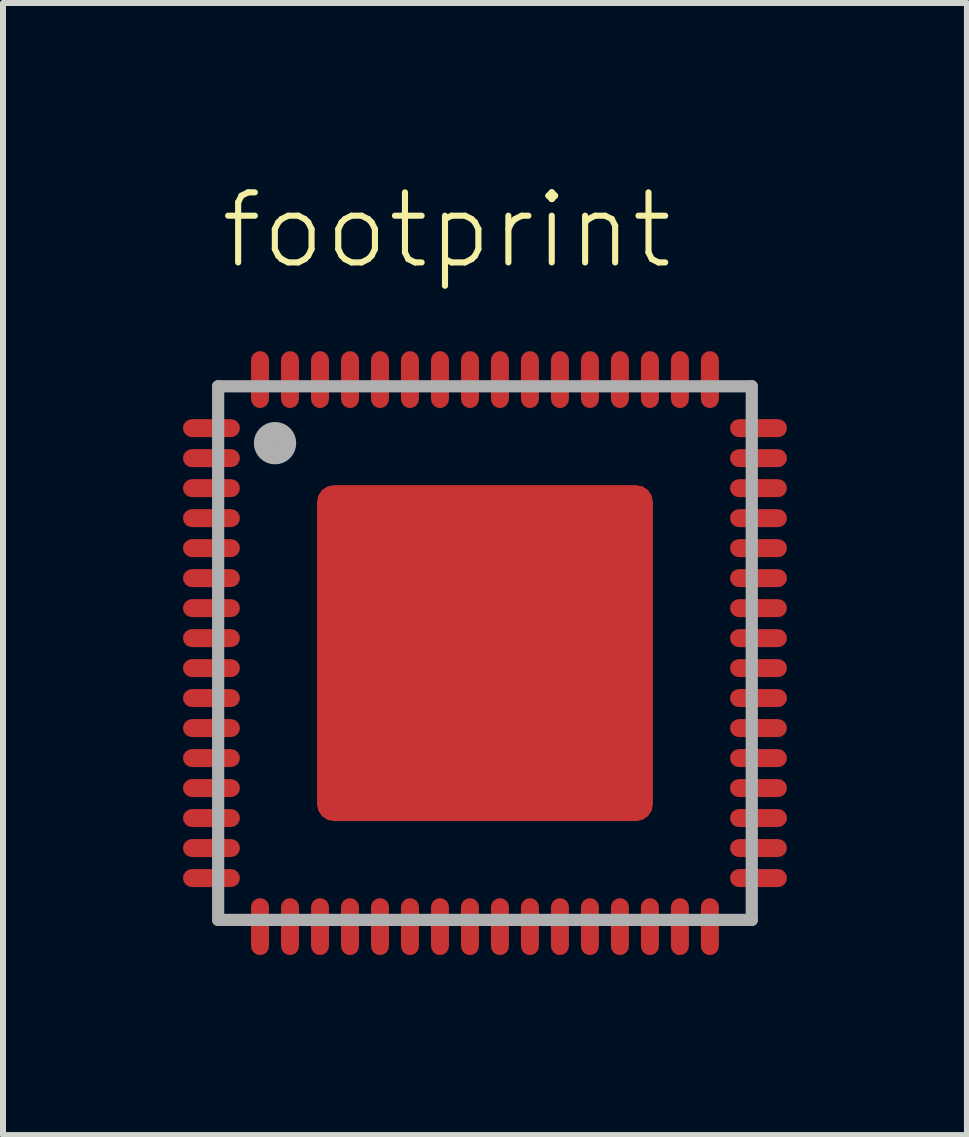
<source format=kicad_pcb>
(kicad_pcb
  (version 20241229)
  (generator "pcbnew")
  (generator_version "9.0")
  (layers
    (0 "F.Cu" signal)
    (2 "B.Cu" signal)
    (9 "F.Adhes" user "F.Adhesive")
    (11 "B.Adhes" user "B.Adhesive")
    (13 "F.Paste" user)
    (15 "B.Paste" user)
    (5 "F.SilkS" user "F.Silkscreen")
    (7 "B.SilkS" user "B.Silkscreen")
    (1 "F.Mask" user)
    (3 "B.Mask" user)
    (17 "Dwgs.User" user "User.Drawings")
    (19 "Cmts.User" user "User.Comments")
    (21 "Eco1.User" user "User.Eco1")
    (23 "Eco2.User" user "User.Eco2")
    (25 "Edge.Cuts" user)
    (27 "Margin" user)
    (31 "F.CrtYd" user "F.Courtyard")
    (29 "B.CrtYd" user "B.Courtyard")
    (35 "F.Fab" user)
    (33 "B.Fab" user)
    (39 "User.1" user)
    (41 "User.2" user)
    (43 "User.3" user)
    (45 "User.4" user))
  (footprint "footprint"
    (layer "F.Cu")
    (at 5.035 7.838)
    (property "Reference" "footprint" (at -4.46 -6.365 0) (layer "F.SilkS") (effects (font (size 1.168 1.168) (thickness 0.102)) (justify left bottom)))
    (fp_line (start -4.448 -4.448) (end -4.448 4.448) (stroke (width 0.203) (type solid)) (layer "F.Fab"))
    (fp_line (start -4.448 4.448) (end 4.448 4.448) (stroke (width 0.203) (type solid)) (layer "F.Fab"))
    (fp_line (start 4.448 -4.448) (end -4.448 -4.448) (stroke (width 0.203) (type solid)) (layer "F.Fab"))
    (fp_line (start 4.448 4.448) (end 4.448 -4.448) (stroke (width 0.203) (type solid)) (layer "F.Fab"))
    (fp_circle (center -3.5 -3.5) (end -3.323 -3.5) (stroke (width 0.353) (type solid)) (fill no) (layer "F.Fab"))
    (pad "1" smd roundrect (at -4.56 -3.75) (size 0.95 0.3) (layers "F.Cu" "F.Mask" "F.Paste") (roundrect_rratio 0.5))
    (pad "2" smd roundrect (at -4.56 -3.25) (size 0.95 0.3) (layers "F.Cu" "F.Mask" "F.Paste") (roundrect_rratio 0.5))
    (pad "3" smd roundrect (at -4.56 -2.75) (size 0.95 0.3) (layers "F.Cu" "F.Mask" "F.Paste") (roundrect_rratio 0.5))
    (pad "4" smd roundrect (at -4.56 -2.25) (size 0.95 0.3) (layers "F.Cu" "F.Mask" "F.Paste") (roundrect_rratio 0.5))
    (pad "5" smd roundrect (at -4.56 -1.75) (size 0.95 0.3) (layers "F.Cu" "F.Mask" "F.Paste") (roundrect_rratio 0.5))
    (pad "6" smd roundrect (at -4.56 -1.25) (size 0.95 0.3) (layers "F.Cu" "F.Mask" "F.Paste") (roundrect_rratio 0.5))
    (pad "7" smd roundrect (at -4.56 -0.75) (size 0.95 0.3) (layers "F.Cu" "F.Mask" "F.Paste") (roundrect_rratio 0.5))
    (pad "8" smd roundrect (at -4.56 -0.25) (size 0.95 0.3) (layers "F.Cu" "F.Mask" "F.Paste") (roundrect_rratio 0.5))
    (pad "9" smd roundrect (at -4.56 0.25) (size 0.95 0.3) (layers "F.Cu" "F.Mask" "F.Paste") (roundrect_rratio 0.5))
    (pad "10" smd roundrect (at -4.56 0.75) (size 0.95 0.3) (layers "F.Cu" "F.Mask" "F.Paste") (roundrect_rratio 0.5))
    (pad "11" smd roundrect (at -4.56 1.25) (size 0.95 0.3) (layers "F.Cu" "F.Mask" "F.Paste") (roundrect_rratio 0.5))
    (pad "12" smd roundrect (at -4.56 1.75) (size 0.95 0.3) (layers "F.Cu" "F.Mask" "F.Paste") (roundrect_rratio 0.5))
    (pad "13" smd roundrect (at -4.56 2.25) (size 0.95 0.3) (layers "F.Cu" "F.Mask" "F.Paste") (roundrect_rratio 0.5))
    (pad "14" smd roundrect (at -4.56 2.75) (size 0.95 0.3) (layers "F.Cu" "F.Mask" "F.Paste") (roundrect_rratio 0.5))
    (pad "15" smd roundrect (at -4.56 3.25) (size 0.95 0.3) (layers "F.Cu" "F.Mask" "F.Paste") (roundrect_rratio 0.5))
    (pad "16" smd roundrect (at -4.56 3.75) (size 0.95 0.3) (layers "F.Cu" "F.Mask" "F.Paste") (roundrect_rratio 0.5))
    (pad "17" smd roundrect (at -3.75 4.56) (size 0.3 0.95) (layers "F.Cu" "F.Mask" "F.Paste") (roundrect_rratio 0.5))
    (pad "18" smd roundrect (at -3.25 4.56) (size 0.3 0.95) (layers "F.Cu" "F.Mask" "F.Paste") (roundrect_rratio 0.5))
    (pad "19" smd roundrect (at -2.75 4.56) (size 0.3 0.95) (layers "F.Cu" "F.Mask" "F.Paste") (roundrect_rratio 0.5))
    (pad "20" smd roundrect (at -2.25 4.56) (size 0.3 0.95) (layers "F.Cu" "F.Mask" "F.Paste") (roundrect_rratio 0.5))
    (pad "21" smd roundrect (at -1.75 4.56) (size 0.3 0.95) (layers "F.Cu" "F.Mask" "F.Paste") (roundrect_rratio 0.5))
    (pad "22" smd roundrect (at -1.25 4.56) (size 0.3 0.95) (layers "F.Cu" "F.Mask" "F.Paste") (roundrect_rratio 0.5))
    (pad "23" smd roundrect (at -0.75 4.56) (size 0.3 0.95) (layers "F.Cu" "F.Mask" "F.Paste") (roundrect_rratio 0.5))
    (pad "24" smd roundrect (at -0.25 4.56) (size 0.3 0.95) (layers "F.Cu" "F.Mask" "F.Paste") (roundrect_rratio 0.5))
    (pad "25" smd roundrect (at 0.25 4.56) (size 0.3 0.95) (layers "F.Cu" "F.Mask" "F.Paste") (roundrect_rratio 0.5))
    (pad "26" smd roundrect (at 0.75 4.56) (size 0.3 0.95) (layers "F.Cu" "F.Mask" "F.Paste") (roundrect_rratio 0.5))
    (pad "27" smd roundrect (at 1.25 4.56) (size 0.3 0.95) (layers "F.Cu" "F.Mask" "F.Paste") (roundrect_rratio 0.5))
    (pad "28" smd roundrect (at 1.75 4.56) (size 0.3 0.95) (layers "F.Cu" "F.Mask" "F.Paste") (roundrect_rratio 0.5))
    (pad "29" smd roundrect (at 2.25 4.56) (size 0.3 0.95) (layers "F.Cu" "F.Mask" "F.Paste") (roundrect_rratio 0.5))
    (pad "30" smd roundrect (at 2.75 4.56) (size 0.3 0.95) (layers "F.Cu" "F.Mask" "F.Paste") (roundrect_rratio 0.5))
    (pad "31" smd roundrect (at 3.25 4.56) (size 0.3 0.95) (layers "F.Cu" "F.Mask" "F.Paste") (roundrect_rratio 0.5))
    (pad "32" smd roundrect (at 3.75 4.56) (size 0.3 0.95) (layers "F.Cu" "F.Mask" "F.Paste") (roundrect_rratio 0.5))
    (pad "33" smd roundrect (at 4.56 3.75) (size 0.95 0.3) (layers "F.Cu" "F.Mask" "F.Paste") (roundrect_rratio 0.5))
    (pad "34" smd roundrect (at 4.56 3.25) (size 0.95 0.3) (layers "F.Cu" "F.Mask" "F.Paste") (roundrect_rratio 0.5))
    (pad "35" smd roundrect (at 4.56 2.75) (size 0.95 0.3) (layers "F.Cu" "F.Mask" "F.Paste") (roundrect_rratio 0.5))
    (pad "36" smd roundrect (at 4.56 2.25) (size 0.95 0.3) (layers "F.Cu" "F.Mask" "F.Paste") (roundrect_rratio 0.5))
    (pad "37" smd roundrect (at 4.56 1.75) (size 0.95 0.3) (layers "F.Cu" "F.Mask" "F.Paste") (roundrect_rratio 0.5))
    (pad "38" smd roundrect (at 4.56 1.25) (size 0.95 0.3) (layers "F.Cu" "F.Mask" "F.Paste") (roundrect_rratio 0.5))
    (pad "39" smd roundrect (at 4.56 0.75) (size 0.95 0.3) (layers "F.Cu" "F.Mask" "F.Paste") (roundrect_rratio 0.5))
    (pad "40" smd roundrect (at 4.56 0.25) (size 0.95 0.3) (layers "F.Cu" "F.Mask" "F.Paste") (roundrect_rratio 0.5))
    (pad "41" smd roundrect (at 4.56 -0.25) (size 0.95 0.3) (layers "F.Cu" "F.Mask" "F.Paste") (roundrect_rratio 0.5))
    (pad "42" smd roundrect (at 4.56 -0.75) (size 0.95 0.3) (layers "F.Cu" "F.Mask" "F.Paste") (roundrect_rratio 0.5))
    (pad "43" smd roundrect (at 4.56 -1.25) (size 0.95 0.3) (layers "F.Cu" "F.Mask" "F.Paste") (roundrect_rratio 0.5))
    (pad "44" smd roundrect (at 4.56 -1.75) (size 0.95 0.3) (layers "F.Cu" "F.Mask" "F.Paste") (roundrect_rratio 0.5))
    (pad "45" smd roundrect (at 4.56 -2.25) (size 0.95 0.3) (layers "F.Cu" "F.Mask" "F.Paste") (roundrect_rratio 0.5))
    (pad "46" smd roundrect (at 4.56 -2.75) (size 0.95 0.3) (layers "F.Cu" "F.Mask" "F.Paste") (roundrect_rratio 0.5))
    (pad "47" smd roundrect (at 4.56 -3.25) (size 0.95 0.3) (layers "F.Cu" "F.Mask" "F.Paste") (roundrect_rratio 0.5))
    (pad "48" smd roundrect (at 4.56 -3.75) (size 0.95 0.3) (layers "F.Cu" "F.Mask" "F.Paste") (roundrect_rratio 0.5))
    (pad "49" smd roundrect (at 3.75 -4.56) (size 0.3 0.95) (layers "F.Cu" "F.Mask" "F.Paste") (roundrect_rratio 0.5))
    (pad "50" smd roundrect (at 3.25 -4.56) (size 0.3 0.95) (layers "F.Cu" "F.Mask" "F.Paste") (roundrect_rratio 0.5))
    (pad "51" smd roundrect (at 2.75 -4.56) (size 0.3 0.95) (layers "F.Cu" "F.Mask" "F.Paste") (roundrect_rratio 0.5))
    (pad "52" smd roundrect (at 2.25 -4.56) (size 0.3 0.95) (layers "F.Cu" "F.Mask" "F.Paste") (roundrect_rratio 0.5))
    (pad "53" smd roundrect (at 1.75 -4.56) (size 0.3 0.95) (layers "F.Cu" "F.Mask" "F.Paste") (roundrect_rratio 0.5))
    (pad "54" smd roundrect (at 1.25 -4.56) (size 0.3 0.95) (layers "F.Cu" "F.Mask" "F.Paste") (roundrect_rratio 0.5))
    (pad "55" smd roundrect (at 0.75 -4.56) (size 0.3 0.95) (layers "F.Cu" "F.Mask" "F.Paste") (roundrect_rratio 0.5))
    (pad "56" smd roundrect (at 0.25 -4.56) (size 0.3 0.95) (layers "F.Cu" "F.Mask" "F.Paste") (roundrect_rratio 0.5))
    (pad "57" smd roundrect (at -0.25 -4.56) (size 0.3 0.95) (layers "F.Cu" "F.Mask" "F.Paste") (roundrect_rratio 0.5))
    (pad "58" smd roundrect (at -0.75 -4.56) (size 0.3 0.95) (layers "F.Cu" "F.Mask" "F.Paste") (roundrect_rratio 0.5))
    (pad "59" smd roundrect (at -1.25 -4.56) (size 0.3 0.95) (layers "F.Cu" "F.Mask" "F.Paste") (roundrect_rratio 0.5))
    (pad "60" smd roundrect (at -1.75 -4.56) (size 0.3 0.95) (layers "F.Cu" "F.Mask" "F.Paste") (roundrect_rratio 0.5))
    (pad "61" smd roundrect (at -2.25 -4.56) (size 0.3 0.95) (layers "F.Cu" "F.Mask" "F.Paste") (roundrect_rratio 0.5))
    (pad "62" smd roundrect (at -2.75 -4.56) (size 0.3 0.95) (layers "F.Cu" "F.Mask" "F.Paste") (roundrect_rratio 0.5))
    (pad "63" smd roundrect (at -3.25 -4.56) (size 0.3 0.95) (layers "F.Cu" "F.Mask" "F.Paste") (roundrect_rratio 0.5))
    (pad "64" smd roundrect (at -3.75 -4.56) (size 0.3 0.95) (layers "F.Cu" "F.Mask" "F.Paste") (roundrect_rratio 0.5))
    (pad "EXP" smd roundrect (at 0 0) (size 5.6 5.6) (layers "F.Cu" "F.Mask" "F.Paste") (roundrect_rratio 0.05)))
  (gr_rect
    (start -3 -3)
    (end 13.07 15.873)
    (stroke (width 0.1) (type default))
    (fill no)
    (layer "Edge.Cuts")))
</source>
